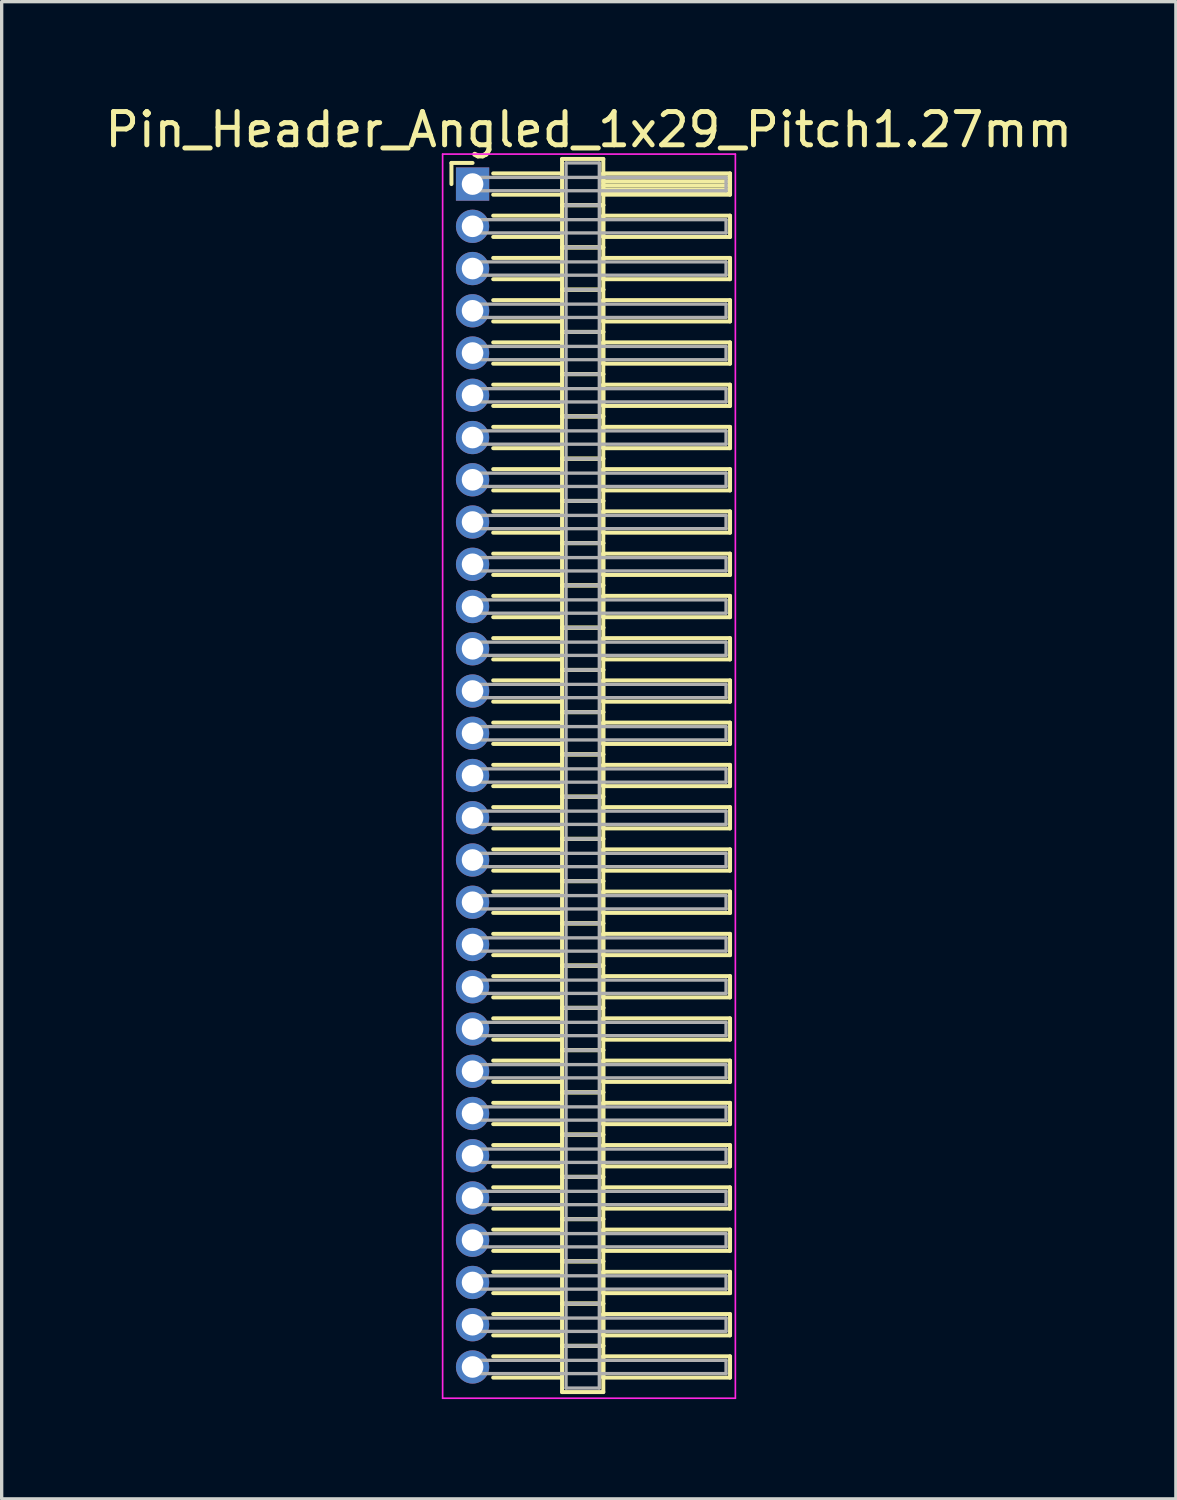
<source format=kicad_pcb>
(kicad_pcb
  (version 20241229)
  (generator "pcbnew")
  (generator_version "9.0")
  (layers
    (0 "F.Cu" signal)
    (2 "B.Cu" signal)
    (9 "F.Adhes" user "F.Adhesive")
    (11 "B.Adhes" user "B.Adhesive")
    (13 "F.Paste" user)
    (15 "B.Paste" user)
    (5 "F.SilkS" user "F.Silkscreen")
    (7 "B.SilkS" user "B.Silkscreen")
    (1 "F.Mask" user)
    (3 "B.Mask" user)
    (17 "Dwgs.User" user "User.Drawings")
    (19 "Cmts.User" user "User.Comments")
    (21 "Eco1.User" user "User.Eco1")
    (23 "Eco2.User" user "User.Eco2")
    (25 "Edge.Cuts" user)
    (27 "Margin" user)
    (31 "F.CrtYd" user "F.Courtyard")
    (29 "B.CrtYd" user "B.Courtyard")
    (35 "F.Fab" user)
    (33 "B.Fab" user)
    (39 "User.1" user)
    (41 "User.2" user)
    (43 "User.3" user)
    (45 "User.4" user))
  (footprint "Pin_Header_Angled_1x29_Pitch1.27mm"
    (layer "F.Cu")
    (at 11.156 2.483)
    (property "Reference" "Pin_Header_Angled_1x29_Pitch1.27mm" (at 3.493 -1.635 0) (layer "F.SilkS") (effects (font (size 1 1) (thickness 0.15))))
    (attr through_hole)
    (fp_line (start -0.635 -0.635) (end 0 -0.635) (stroke (width 0.12) (type solid)) (layer "F.SilkS"))
    (fp_line (start -0.635 0) (end -0.635 -0.635) (stroke (width 0.12) (type solid)) (layer "F.SilkS"))
    (fp_line (start 0.62 -0.32) (end 2.69 -0.32) (stroke (width 0.12) (type solid)) (layer "F.SilkS"))
    (fp_line (start 0.62 0.32) (end 2.69 0.32) (stroke (width 0.12) (type solid)) (layer "F.SilkS"))
    (fp_line (start 0.62 0.95) (end 2.69 0.95) (stroke (width 0.12) (type solid)) (layer "F.SilkS"))
    (fp_line (start 0.62 1.59) (end 2.69 1.59) (stroke (width 0.12) (type solid)) (layer "F.SilkS"))
    (fp_line (start 0.62 2.22) (end 2.69 2.22) (stroke (width 0.12) (type solid)) (layer "F.SilkS"))
    (fp_line (start 0.62 2.86) (end 2.69 2.86) (stroke (width 0.12) (type solid)) (layer "F.SilkS"))
    (fp_line (start 0.62 3.49) (end 2.69 3.49) (stroke (width 0.12) (type solid)) (layer "F.SilkS"))
    (fp_line (start 0.62 4.13) (end 2.69 4.13) (stroke (width 0.12) (type solid)) (layer "F.SilkS"))
    (fp_line (start 0.62 4.76) (end 2.69 4.76) (stroke (width 0.12) (type solid)) (layer "F.SilkS"))
    (fp_line (start 0.62 5.4) (end 2.69 5.4) (stroke (width 0.12) (type solid)) (layer "F.SilkS"))
    (fp_line (start 0.62 6.03) (end 2.69 6.03) (stroke (width 0.12) (type solid)) (layer "F.SilkS"))
    (fp_line (start 0.62 6.67) (end 2.69 6.67) (stroke (width 0.12) (type solid)) (layer "F.SilkS"))
    (fp_line (start 0.62 7.3) (end 2.69 7.3) (stroke (width 0.12) (type solid)) (layer "F.SilkS"))
    (fp_line (start 0.62 7.94) (end 2.69 7.94) (stroke (width 0.12) (type solid)) (layer "F.SilkS"))
    (fp_line (start 0.62 8.57) (end 2.69 8.57) (stroke (width 0.12) (type solid)) (layer "F.SilkS"))
    (fp_line (start 0.62 9.21) (end 2.69 9.21) (stroke (width 0.12) (type solid)) (layer "F.SilkS"))
    (fp_line (start 0.62 9.84) (end 2.69 9.84) (stroke (width 0.12) (type solid)) (layer "F.SilkS"))
    (fp_line (start 0.62 10.48) (end 2.69 10.48) (stroke (width 0.12) (type solid)) (layer "F.SilkS"))
    (fp_line (start 0.62 11.11) (end 2.69 11.11) (stroke (width 0.12) (type solid)) (layer "F.SilkS"))
    (fp_line (start 0.62 11.75) (end 2.69 11.75) (stroke (width 0.12) (type solid)) (layer "F.SilkS"))
    (fp_line (start 0.62 12.38) (end 2.69 12.38) (stroke (width 0.12) (type solid)) (layer "F.SilkS"))
    (fp_line (start 0.62 13.02) (end 2.69 13.02) (stroke (width 0.12) (type solid)) (layer "F.SilkS"))
    (fp_line (start 0.62 13.65) (end 2.69 13.65) (stroke (width 0.12) (type solid)) (layer "F.SilkS"))
    (fp_line (start 0.62 14.29) (end 2.69 14.29) (stroke (width 0.12) (type solid)) (layer "F.SilkS"))
    (fp_line (start 0.62 14.92) (end 2.69 14.92) (stroke (width 0.12) (type solid)) (layer "F.SilkS"))
    (fp_line (start 0.62 15.56) (end 2.69 15.56) (stroke (width 0.12) (type solid)) (layer "F.SilkS"))
    (fp_line (start 0.62 16.19) (end 2.69 16.19) (stroke (width 0.12) (type solid)) (layer "F.SilkS"))
    (fp_line (start 0.62 16.83) (end 2.69 16.83) (stroke (width 0.12) (type solid)) (layer "F.SilkS"))
    (fp_line (start 0.62 17.46) (end 2.69 17.46) (stroke (width 0.12) (type solid)) (layer "F.SilkS"))
    (fp_line (start 0.62 18.1) (end 2.69 18.1) (stroke (width 0.12) (type solid)) (layer "F.SilkS"))
    (fp_line (start 0.62 18.73) (end 2.69 18.73) (stroke (width 0.12) (type solid)) (layer "F.SilkS"))
    (fp_line (start 0.62 19.37) (end 2.69 19.37) (stroke (width 0.12) (type solid)) (layer "F.SilkS"))
    (fp_line (start 0.62 20) (end 2.69 20) (stroke (width 0.12) (type solid)) (layer "F.SilkS"))
    (fp_line (start 0.62 20.64) (end 2.69 20.64) (stroke (width 0.12) (type solid)) (layer "F.SilkS"))
    (fp_line (start 0.62 21.27) (end 2.69 21.27) (stroke (width 0.12) (type solid)) (layer "F.SilkS"))
    (fp_line (start 0.62 21.91) (end 2.69 21.91) (stroke (width 0.12) (type solid)) (layer "F.SilkS"))
    (fp_line (start 0.62 22.54) (end 2.69 22.54) (stroke (width 0.12) (type solid)) (layer "F.SilkS"))
    (fp_line (start 0.62 23.18) (end 2.69 23.18) (stroke (width 0.12) (type solid)) (layer "F.SilkS"))
    (fp_line (start 0.62 23.81) (end 2.69 23.81) (stroke (width 0.12) (type solid)) (layer "F.SilkS"))
    (fp_line (start 0.62 24.45) (end 2.69 24.45) (stroke (width 0.12) (type solid)) (layer "F.SilkS"))
    (fp_line (start 0.62 25.08) (end 2.69 25.08) (stroke (width 0.12) (type solid)) (layer "F.SilkS"))
    (fp_line (start 0.62 25.72) (end 2.69 25.72) (stroke (width 0.12) (type solid)) (layer "F.SilkS"))
    (fp_line (start 0.62 26.35) (end 2.69 26.35) (stroke (width 0.12) (type solid)) (layer "F.SilkS"))
    (fp_line (start 0.62 26.99) (end 2.69 26.99) (stroke (width 0.12) (type solid)) (layer "F.SilkS"))
    (fp_line (start 0.62 27.62) (end 2.69 27.62) (stroke (width 0.12) (type solid)) (layer "F.SilkS"))
    (fp_line (start 0.62 28.26) (end 2.69 28.26) (stroke (width 0.12) (type solid)) (layer "F.SilkS"))
    (fp_line (start 0.62 28.89) (end 2.69 28.89) (stroke (width 0.12) (type solid)) (layer "F.SilkS"))
    (fp_line (start 0.62 29.53) (end 2.69 29.53) (stroke (width 0.12) (type solid)) (layer "F.SilkS"))
    (fp_line (start 0.62 30.16) (end 2.69 30.16) (stroke (width 0.12) (type solid)) (layer "F.SilkS"))
    (fp_line (start 0.62 30.8) (end 2.69 30.8) (stroke (width 0.12) (type solid)) (layer "F.SilkS"))
    (fp_line (start 0.62 31.43) (end 2.69 31.43) (stroke (width 0.12) (type solid)) (layer "F.SilkS"))
    (fp_line (start 0.62 32.07) (end 2.69 32.07) (stroke (width 0.12) (type solid)) (layer "F.SilkS"))
    (fp_line (start 0.62 32.7) (end 2.69 32.7) (stroke (width 0.12) (type solid)) (layer "F.SilkS"))
    (fp_line (start 0.62 33.34) (end 2.69 33.34) (stroke (width 0.12) (type solid)) (layer "F.SilkS"))
    (fp_line (start 0.62 33.97) (end 2.69 33.97) (stroke (width 0.12) (type solid)) (layer "F.SilkS"))
    (fp_line (start 0.62 34.61) (end 2.69 34.61) (stroke (width 0.12) (type solid)) (layer "F.SilkS"))
    (fp_line (start 0.62 35.24) (end 2.69 35.24) (stroke (width 0.12) (type solid)) (layer "F.SilkS"))
    (fp_line (start 0.62 35.88) (end 2.69 35.88) (stroke (width 0.12) (type solid)) (layer "F.SilkS"))
    (fp_line (start 2.69 -0.755) (end 2.69 0.635) (stroke (width 0.12) (type solid)) (layer "F.SilkS"))
    (fp_line (start 2.69 0.635) (end 2.69 1.905) (stroke (width 0.12) (type solid)) (layer "F.SilkS"))
    (fp_line (start 2.69 0.635) (end 3.93 0.635) (stroke (width 0.12) (type solid)) (layer "F.SilkS"))
    (fp_line (start 2.69 1.905) (end 2.69 3.175) (stroke (width 0.12) (type solid)) (layer "F.SilkS"))
    (fp_line (start 2.69 1.905) (end 3.93 1.905) (stroke (width 0.12) (type solid)) (layer "F.SilkS"))
    (fp_line (start 2.69 3.175) (end 2.69 4.445) (stroke (width 0.12) (type solid)) (layer "F.SilkS"))
    (fp_line (start 2.69 3.175) (end 3.93 3.175) (stroke (width 0.12) (type solid)) (layer "F.SilkS"))
    (fp_line (start 2.69 4.445) (end 2.69 5.715) (stroke (width 0.12) (type solid)) (layer "F.SilkS"))
    (fp_line (start 2.69 4.445) (end 3.93 4.445) (stroke (width 0.12) (type solid)) (layer "F.SilkS"))
    (fp_line (start 2.69 5.715) (end 2.69 6.985) (stroke (width 0.12) (type solid)) (layer "F.SilkS"))
    (fp_line (start 2.69 5.715) (end 3.93 5.715) (stroke (width 0.12) (type solid)) (layer "F.SilkS"))
    (fp_line (start 2.69 6.985) (end 2.69 8.255) (stroke (width 0.12) (type solid)) (layer "F.SilkS"))
    (fp_line (start 2.69 6.985) (end 3.93 6.985) (stroke (width 0.12) (type solid)) (layer "F.SilkS"))
    (fp_line (start 2.69 8.255) (end 2.69 9.525) (stroke (width 0.12) (type solid)) (layer "F.SilkS"))
    (fp_line (start 2.69 8.255) (end 3.93 8.255) (stroke (width 0.12) (type solid)) (layer "F.SilkS"))
    (fp_line (start 2.69 9.525) (end 2.69 10.795) (stroke (width 0.12) (type solid)) (layer "F.SilkS"))
    (fp_line (start 2.69 9.525) (end 3.93 9.525) (stroke (width 0.12) (type solid)) (layer "F.SilkS"))
    (fp_line (start 2.69 10.795) (end 2.69 12.065) (stroke (width 0.12) (type solid)) (layer "F.SilkS"))
    (fp_line (start 2.69 10.795) (end 3.93 10.795) (stroke (width 0.12) (type solid)) (layer "F.SilkS"))
    (fp_line (start 2.69 12.065) (end 2.69 13.335) (stroke (width 0.12) (type solid)) (layer "F.SilkS"))
    (fp_line (start 2.69 12.065) (end 3.93 12.065) (stroke (width 0.12) (type solid)) (layer "F.SilkS"))
    (fp_line (start 2.69 13.335) (end 2.69 14.605) (stroke (width 0.12) (type solid)) (layer "F.SilkS"))
    (fp_line (start 2.69 13.335) (end 3.93 13.335) (stroke (width 0.12) (type solid)) (layer "F.SilkS"))
    (fp_line (start 2.69 14.605) (end 2.69 15.875) (stroke (width 0.12) (type solid)) (layer "F.SilkS"))
    (fp_line (start 2.69 14.605) (end 3.93 14.605) (stroke (width 0.12) (type solid)) (layer "F.SilkS"))
    (fp_line (start 2.69 15.875) (end 2.69 17.145) (stroke (width 0.12) (type solid)) (layer "F.SilkS"))
    (fp_line (start 2.69 15.875) (end 3.93 15.875) (stroke (width 0.12) (type solid)) (layer "F.SilkS"))
    (fp_line (start 2.69 17.145) (end 2.69 18.415) (stroke (width 0.12) (type solid)) (layer "F.SilkS"))
    (fp_line (start 2.69 17.145) (end 3.93 17.145) (stroke (width 0.12) (type solid)) (layer "F.SilkS"))
    (fp_line (start 2.69 18.415) (end 2.69 19.685) (stroke (width 0.12) (type solid)) (layer "F.SilkS"))
    (fp_line (start 2.69 18.415) (end 3.93 18.415) (stroke (width 0.12) (type solid)) (layer "F.SilkS"))
    (fp_line (start 2.69 19.685) (end 2.69 20.955) (stroke (width 0.12) (type solid)) (layer "F.SilkS"))
    (fp_line (start 2.69 19.685) (end 3.93 19.685) (stroke (width 0.12) (type solid)) (layer "F.SilkS"))
    (fp_line (start 2.69 20.955) (end 2.69 22.225) (stroke (width 0.12) (type solid)) (layer "F.SilkS"))
    (fp_line (start 2.69 20.955) (end 3.93 20.955) (stroke (width 0.12) (type solid)) (layer "F.SilkS"))
    (fp_line (start 2.69 22.225) (end 2.69 23.495) (stroke (width 0.12) (type solid)) (layer "F.SilkS"))
    (fp_line (start 2.69 22.225) (end 3.93 22.225) (stroke (width 0.12) (type solid)) (layer "F.SilkS"))
    (fp_line (start 2.69 23.495) (end 2.69 24.765) (stroke (width 0.12) (type solid)) (layer "F.SilkS"))
    (fp_line (start 2.69 23.495) (end 3.93 23.495) (stroke (width 0.12) (type solid)) (layer "F.SilkS"))
    (fp_line (start 2.69 24.765) (end 2.69 26.035) (stroke (width 0.12) (type solid)) (layer "F.SilkS"))
    (fp_line (start 2.69 24.765) (end 3.93 24.765) (stroke (width 0.12) (type solid)) (layer "F.SilkS"))
    (fp_line (start 2.69 26.035) (end 2.69 27.305) (stroke (width 0.12) (type solid)) (layer "F.SilkS"))
    (fp_line (start 2.69 26.035) (end 3.93 26.035) (stroke (width 0.12) (type solid)) (layer "F.SilkS"))
    (fp_line (start 2.69 27.305) (end 2.69 28.575) (stroke (width 0.12) (type solid)) (layer "F.SilkS"))
    (fp_line (start 2.69 27.305) (end 3.93 27.305) (stroke (width 0.12) (type solid)) (layer "F.SilkS"))
    (fp_line (start 2.69 28.575) (end 2.69 29.845) (stroke (width 0.12) (type solid)) (layer "F.SilkS"))
    (fp_line (start 2.69 28.575) (end 3.93 28.575) (stroke (width 0.12) (type solid)) (layer "F.SilkS"))
    (fp_line (start 2.69 29.845) (end 2.69 31.115) (stroke (width 0.12) (type solid)) (layer "F.SilkS"))
    (fp_line (start 2.69 29.845) (end 3.93 29.845) (stroke (width 0.12) (type solid)) (layer "F.SilkS"))
    (fp_line (start 2.69 31.115) (end 2.69 32.385) (stroke (width 0.12) (type solid)) (layer "F.SilkS"))
    (fp_line (start 2.69 31.115) (end 3.93 31.115) (stroke (width 0.12) (type solid)) (layer "F.SilkS"))
    (fp_line (start 2.69 32.385) (end 2.69 33.655) (stroke (width 0.12) (type solid)) (layer "F.SilkS"))
    (fp_line (start 2.69 32.385) (end 3.93 32.385) (stroke (width 0.12) (type solid)) (layer "F.SilkS"))
    (fp_line (start 2.69 33.655) (end 2.69 34.925) (stroke (width 0.12) (type solid)) (layer "F.SilkS"))
    (fp_line (start 2.69 33.655) (end 3.93 33.655) (stroke (width 0.12) (type solid)) (layer "F.SilkS"))
    (fp_line (start 2.69 34.925) (end 2.69 36.315) (stroke (width 0.12) (type solid)) (layer "F.SilkS"))
    (fp_line (start 2.69 34.925) (end 3.93 34.925) (stroke (width 0.12) (type solid)) (layer "F.SilkS"))
    (fp_line (start 2.69 36.315) (end 3.93 36.315) (stroke (width 0.12) (type solid)) (layer "F.SilkS"))
    (fp_line (start 3.93 -0.755) (end 2.69 -0.755) (stroke (width 0.12) (type solid)) (layer "F.SilkS"))
    (fp_line (start 3.93 -0.32) (end 3.93 0.32) (stroke (width 0.12) (type solid)) (layer "F.SilkS"))
    (fp_line (start 3.93 -0.2) (end 7.74 -0.2) (stroke (width 0.12) (type solid)) (layer "F.SilkS"))
    (fp_line (start 3.93 -0.08) (end 7.74 -0.08) (stroke (width 0.12) (type solid)) (layer "F.SilkS"))
    (fp_line (start 3.93 0.04) (end 7.74 0.04) (stroke (width 0.12) (type solid)) (layer "F.SilkS"))
    (fp_line (start 3.93 0.16) (end 7.74 0.16) (stroke (width 0.12) (type solid)) (layer "F.SilkS"))
    (fp_line (start 3.93 0.28) (end 7.74 0.28) (stroke (width 0.12) (type solid)) (layer "F.SilkS"))
    (fp_line (start 3.93 0.32) (end 7.74 0.32) (stroke (width 0.12) (type solid)) (layer "F.SilkS"))
    (fp_line (start 3.93 0.635) (end 2.69 0.635) (stroke (width 0.12) (type solid)) (layer "F.SilkS"))
    (fp_line (start 3.93 0.635) (end 3.93 -0.755) (stroke (width 0.12) (type solid)) (layer "F.SilkS"))
    (fp_line (start 3.93 0.95) (end 3.93 1.59) (stroke (width 0.12) (type solid)) (layer "F.SilkS"))
    (fp_line (start 3.93 1.59) (end 7.74 1.59) (stroke (width 0.12) (type solid)) (layer "F.SilkS"))
    (fp_line (start 3.93 1.905) (end 2.69 1.905) (stroke (width 0.12) (type solid)) (layer "F.SilkS"))
    (fp_line (start 3.93 1.905) (end 3.93 0.635) (stroke (width 0.12) (type solid)) (layer "F.SilkS"))
    (fp_line (start 3.93 2.22) (end 3.93 2.86) (stroke (width 0.12) (type solid)) (layer "F.SilkS"))
    (fp_line (start 3.93 2.86) (end 7.74 2.86) (stroke (width 0.12) (type solid)) (layer "F.SilkS"))
    (fp_line (start 3.93 3.175) (end 2.69 3.175) (stroke (width 0.12) (type solid)) (layer "F.SilkS"))
    (fp_line (start 3.93 3.175) (end 3.93 1.905) (stroke (width 0.12) (type solid)) (layer "F.SilkS"))
    (fp_line (start 3.93 3.49) (end 3.93 4.13) (stroke (width 0.12) (type solid)) (layer "F.SilkS"))
    (fp_line (start 3.93 4.13) (end 7.74 4.13) (stroke (width 0.12) (type solid)) (layer "F.SilkS"))
    (fp_line (start 3.93 4.445) (end 2.69 4.445) (stroke (width 0.12) (type solid)) (layer "F.SilkS"))
    (fp_line (start 3.93 4.445) (end 3.93 3.175) (stroke (width 0.12) (type solid)) (layer "F.SilkS"))
    (fp_line (start 3.93 4.76) (end 3.93 5.4) (stroke (width 0.12) (type solid)) (layer "F.SilkS"))
    (fp_line (start 3.93 5.4) (end 7.74 5.4) (stroke (width 0.12) (type solid)) (layer "F.SilkS"))
    (fp_line (start 3.93 5.715) (end 2.69 5.715) (stroke (width 0.12) (type solid)) (layer "F.SilkS"))
    (fp_line (start 3.93 5.715) (end 3.93 4.445) (stroke (width 0.12) (type solid)) (layer "F.SilkS"))
    (fp_line (start 3.93 6.03) (end 3.93 6.67) (stroke (width 0.12) (type solid)) (layer "F.SilkS"))
    (fp_line (start 3.93 6.67) (end 7.74 6.67) (stroke (width 0.12) (type solid)) (layer "F.SilkS"))
    (fp_line (start 3.93 6.985) (end 2.69 6.985) (stroke (width 0.12) (type solid)) (layer "F.SilkS"))
    (fp_line (start 3.93 6.985) (end 3.93 5.715) (stroke (width 0.12) (type solid)) (layer "F.SilkS"))
    (fp_line (start 3.93 7.3) (end 3.93 7.94) (stroke (width 0.12) (type solid)) (layer "F.SilkS"))
    (fp_line (start 3.93 7.94) (end 7.74 7.94) (stroke (width 0.12) (type solid)) (layer "F.SilkS"))
    (fp_line (start 3.93 8.255) (end 2.69 8.255) (stroke (width 0.12) (type solid)) (layer "F.SilkS"))
    (fp_line (start 3.93 8.255) (end 3.93 6.985) (stroke (width 0.12) (type solid)) (layer "F.SilkS"))
    (fp_line (start 3.93 8.57) (end 3.93 9.21) (stroke (width 0.12) (type solid)) (layer "F.SilkS"))
    (fp_line (start 3.93 9.21) (end 7.74 9.21) (stroke (width 0.12) (type solid)) (layer "F.SilkS"))
    (fp_line (start 3.93 9.525) (end 2.69 9.525) (stroke (width 0.12) (type solid)) (layer "F.SilkS"))
    (fp_line (start 3.93 9.525) (end 3.93 8.255) (stroke (width 0.12) (type solid)) (layer "F.SilkS"))
    (fp_line (start 3.93 9.84) (end 3.93 10.48) (stroke (width 0.12) (type solid)) (layer "F.SilkS"))
    (fp_line (start 3.93 10.48) (end 7.74 10.48) (stroke (width 0.12) (type solid)) (layer "F.SilkS"))
    (fp_line (start 3.93 10.795) (end 2.69 10.795) (stroke (width 0.12) (type solid)) (layer "F.SilkS"))
    (fp_line (start 3.93 10.795) (end 3.93 9.525) (stroke (width 0.12) (type solid)) (layer "F.SilkS"))
    (fp_line (start 3.93 11.11) (end 3.93 11.75) (stroke (width 0.12) (type solid)) (layer "F.SilkS"))
    (fp_line (start 3.93 11.75) (end 7.74 11.75) (stroke (width 0.12) (type solid)) (layer "F.SilkS"))
    (fp_line (start 3.93 12.065) (end 2.69 12.065) (stroke (width 0.12) (type solid)) (layer "F.SilkS"))
    (fp_line (start 3.93 12.065) (end 3.93 10.795) (stroke (width 0.12) (type solid)) (layer "F.SilkS"))
    (fp_line (start 3.93 12.38) (end 3.93 13.02) (stroke (width 0.12) (type solid)) (layer "F.SilkS"))
    (fp_line (start 3.93 13.02) (end 7.74 13.02) (stroke (width 0.12) (type solid)) (layer "F.SilkS"))
    (fp_line (start 3.93 13.335) (end 2.69 13.335) (stroke (width 0.12) (type solid)) (layer "F.SilkS"))
    (fp_line (start 3.93 13.335) (end 3.93 12.065) (stroke (width 0.12) (type solid)) (layer "F.SilkS"))
    (fp_line (start 3.93 13.65) (end 3.93 14.29) (stroke (width 0.12) (type solid)) (layer "F.SilkS"))
    (fp_line (start 3.93 14.29) (end 7.74 14.29) (stroke (width 0.12) (type solid)) (layer "F.SilkS"))
    (fp_line (start 3.93 14.605) (end 2.69 14.605) (stroke (width 0.12) (type solid)) (layer "F.SilkS"))
    (fp_line (start 3.93 14.605) (end 3.93 13.335) (stroke (width 0.12) (type solid)) (layer "F.SilkS"))
    (fp_line (start 3.93 14.92) (end 3.93 15.56) (stroke (width 0.12) (type solid)) (layer "F.SilkS"))
    (fp_line (start 3.93 15.56) (end 7.74 15.56) (stroke (width 0.12) (type solid)) (layer "F.SilkS"))
    (fp_line (start 3.93 15.875) (end 2.69 15.875) (stroke (width 0.12) (type solid)) (layer "F.SilkS"))
    (fp_line (start 3.93 15.875) (end 3.93 14.605) (stroke (width 0.12) (type solid)) (layer "F.SilkS"))
    (fp_line (start 3.93 16.19) (end 3.93 16.83) (stroke (width 0.12) (type solid)) (layer "F.SilkS"))
    (fp_line (start 3.93 16.83) (end 7.74 16.83) (stroke (width 0.12) (type solid)) (layer "F.SilkS"))
    (fp_line (start 3.93 17.145) (end 2.69 17.145) (stroke (width 0.12) (type solid)) (layer "F.SilkS"))
    (fp_line (start 3.93 17.145) (end 3.93 15.875) (stroke (width 0.12) (type solid)) (layer "F.SilkS"))
    (fp_line (start 3.93 17.46) (end 3.93 18.1) (stroke (width 0.12) (type solid)) (layer "F.SilkS"))
    (fp_line (start 3.93 18.1) (end 7.74 18.1) (stroke (width 0.12) (type solid)) (layer "F.SilkS"))
    (fp_line (start 3.93 18.415) (end 2.69 18.415) (stroke (width 0.12) (type solid)) (layer "F.SilkS"))
    (fp_line (start 3.93 18.415) (end 3.93 17.145) (stroke (width 0.12) (type solid)) (layer "F.SilkS"))
    (fp_line (start 3.93 18.73) (end 3.93 19.37) (stroke (width 0.12) (type solid)) (layer "F.SilkS"))
    (fp_line (start 3.93 19.37) (end 7.74 19.37) (stroke (width 0.12) (type solid)) (layer "F.SilkS"))
    (fp_line (start 3.93 19.685) (end 2.69 19.685) (stroke (width 0.12) (type solid)) (layer "F.SilkS"))
    (fp_line (start 3.93 19.685) (end 3.93 18.415) (stroke (width 0.12) (type solid)) (layer "F.SilkS"))
    (fp_line (start 3.93 20) (end 3.93 20.64) (stroke (width 0.12) (type solid)) (layer "F.SilkS"))
    (fp_line (start 3.93 20.64) (end 7.74 20.64) (stroke (width 0.12) (type solid)) (layer "F.SilkS"))
    (fp_line (start 3.93 20.955) (end 2.69 20.955) (stroke (width 0.12) (type solid)) (layer "F.SilkS"))
    (fp_line (start 3.93 20.955) (end 3.93 19.685) (stroke (width 0.12) (type solid)) (layer "F.SilkS"))
    (fp_line (start 3.93 21.27) (end 3.93 21.91) (stroke (width 0.12) (type solid)) (layer "F.SilkS"))
    (fp_line (start 3.93 21.91) (end 7.74 21.91) (stroke (width 0.12) (type solid)) (layer "F.SilkS"))
    (fp_line (start 3.93 22.225) (end 2.69 22.225) (stroke (width 0.12) (type solid)) (layer "F.SilkS"))
    (fp_line (start 3.93 22.225) (end 3.93 20.955) (stroke (width 0.12) (type solid)) (layer "F.SilkS"))
    (fp_line (start 3.93 22.54) (end 3.93 23.18) (stroke (width 0.12) (type solid)) (layer "F.SilkS"))
    (fp_line (start 3.93 23.18) (end 7.74 23.18) (stroke (width 0.12) (type solid)) (layer "F.SilkS"))
    (fp_line (start 3.93 23.495) (end 2.69 23.495) (stroke (width 0.12) (type solid)) (layer "F.SilkS"))
    (fp_line (start 3.93 23.495) (end 3.93 22.225) (stroke (width 0.12) (type solid)) (layer "F.SilkS"))
    (fp_line (start 3.93 23.81) (end 3.93 24.45) (stroke (width 0.12) (type solid)) (layer "F.SilkS"))
    (fp_line (start 3.93 24.45) (end 7.74 24.45) (stroke (width 0.12) (type solid)) (layer "F.SilkS"))
    (fp_line (start 3.93 24.765) (end 2.69 24.765) (stroke (width 0.12) (type solid)) (layer "F.SilkS"))
    (fp_line (start 3.93 24.765) (end 3.93 23.495) (stroke (width 0.12) (type solid)) (layer "F.SilkS"))
    (fp_line (start 3.93 25.08) (end 3.93 25.72) (stroke (width 0.12) (type solid)) (layer "F.SilkS"))
    (fp_line (start 3.93 25.72) (end 7.74 25.72) (stroke (width 0.12) (type solid)) (layer "F.SilkS"))
    (fp_line (start 3.93 26.035) (end 2.69 26.035) (stroke (width 0.12) (type solid)) (layer "F.SilkS"))
    (fp_line (start 3.93 26.035) (end 3.93 24.765) (stroke (width 0.12) (type solid)) (layer "F.SilkS"))
    (fp_line (start 3.93 26.35) (end 3.93 26.99) (stroke (width 0.12) (type solid)) (layer "F.SilkS"))
    (fp_line (start 3.93 26.99) (end 7.74 26.99) (stroke (width 0.12) (type solid)) (layer "F.SilkS"))
    (fp_line (start 3.93 27.305) (end 2.69 27.305) (stroke (width 0.12) (type solid)) (layer "F.SilkS"))
    (fp_line (start 3.93 27.305) (end 3.93 26.035) (stroke (width 0.12) (type solid)) (layer "F.SilkS"))
    (fp_line (start 3.93 27.62) (end 3.93 28.26) (stroke (width 0.12) (type solid)) (layer "F.SilkS"))
    (fp_line (start 3.93 28.26) (end 7.74 28.26) (stroke (width 0.12) (type solid)) (layer "F.SilkS"))
    (fp_line (start 3.93 28.575) (end 2.69 28.575) (stroke (width 0.12) (type solid)) (layer "F.SilkS"))
    (fp_line (start 3.93 28.575) (end 3.93 27.305) (stroke (width 0.12) (type solid)) (layer "F.SilkS"))
    (fp_line (start 3.93 28.89) (end 3.93 29.53) (stroke (width 0.12) (type solid)) (layer "F.SilkS"))
    (fp_line (start 3.93 29.53) (end 7.74 29.53) (stroke (width 0.12) (type solid)) (layer "F.SilkS"))
    (fp_line (start 3.93 29.845) (end 2.69 29.845) (stroke (width 0.12) (type solid)) (layer "F.SilkS"))
    (fp_line (start 3.93 29.845) (end 3.93 28.575) (stroke (width 0.12) (type solid)) (layer "F.SilkS"))
    (fp_line (start 3.93 30.16) (end 3.93 30.8) (stroke (width 0.12) (type solid)) (layer "F.SilkS"))
    (fp_line (start 3.93 30.8) (end 7.74 30.8) (stroke (width 0.12) (type solid)) (layer "F.SilkS"))
    (fp_line (start 3.93 31.115) (end 2.69 31.115) (stroke (width 0.12) (type solid)) (layer "F.SilkS"))
    (fp_line (start 3.93 31.115) (end 3.93 29.845) (stroke (width 0.12) (type solid)) (layer "F.SilkS"))
    (fp_line (start 3.93 31.43) (end 3.93 32.07) (stroke (width 0.12) (type solid)) (layer "F.SilkS"))
    (fp_line (start 3.93 32.07) (end 7.74 32.07) (stroke (width 0.12) (type solid)) (layer "F.SilkS"))
    (fp_line (start 3.93 32.385) (end 2.69 32.385) (stroke (width 0.12) (type solid)) (layer "F.SilkS"))
    (fp_line (start 3.93 32.385) (end 3.93 31.115) (stroke (width 0.12) (type solid)) (layer "F.SilkS"))
    (fp_line (start 3.93 32.7) (end 3.93 33.34) (stroke (width 0.12) (type solid)) (layer "F.SilkS"))
    (fp_line (start 3.93 33.34) (end 7.74 33.34) (stroke (width 0.12) (type solid)) (layer "F.SilkS"))
    (fp_line (start 3.93 33.655) (end 2.69 33.655) (stroke (width 0.12) (type solid)) (layer "F.SilkS"))
    (fp_line (start 3.93 33.655) (end 3.93 32.385) (stroke (width 0.12) (type solid)) (layer "F.SilkS"))
    (fp_line (start 3.93 33.97) (end 3.93 34.61) (stroke (width 0.12) (type solid)) (layer "F.SilkS"))
    (fp_line (start 3.93 34.61) (end 7.74 34.61) (stroke (width 0.12) (type solid)) (layer "F.SilkS"))
    (fp_line (start 3.93 34.925) (end 2.69 34.925) (stroke (width 0.12) (type solid)) (layer "F.SilkS"))
    (fp_line (start 3.93 34.925) (end 3.93 33.655) (stroke (width 0.12) (type solid)) (layer "F.SilkS"))
    (fp_line (start 3.93 35.24) (end 3.93 35.88) (stroke (width 0.12) (type solid)) (layer "F.SilkS"))
    (fp_line (start 3.93 35.88) (end 7.74 35.88) (stroke (width 0.12) (type solid)) (layer "F.SilkS"))
    (fp_line (start 3.93 36.315) (end 3.93 34.925) (stroke (width 0.12) (type solid)) (layer "F.SilkS"))
    (fp_line (start 7.74 -0.32) (end 3.93 -0.32) (stroke (width 0.12) (type solid)) (layer "F.SilkS"))
    (fp_line (start 7.74 0.32) (end 7.74 -0.32) (stroke (width 0.12) (type solid)) (layer "F.SilkS"))
    (fp_line (start 7.74 0.95) (end 3.93 0.95) (stroke (width 0.12) (type solid)) (layer "F.SilkS"))
    (fp_line (start 7.74 1.59) (end 7.74 0.95) (stroke (width 0.12) (type solid)) (layer "F.SilkS"))
    (fp_line (start 7.74 2.22) (end 3.93 2.22) (stroke (width 0.12) (type solid)) (layer "F.SilkS"))
    (fp_line (start 7.74 2.86) (end 7.74 2.22) (stroke (width 0.12) (type solid)) (layer "F.SilkS"))
    (fp_line (start 7.74 3.49) (end 3.93 3.49) (stroke (width 0.12) (type solid)) (layer "F.SilkS"))
    (fp_line (start 7.74 4.13) (end 7.74 3.49) (stroke (width 0.12) (type solid)) (layer "F.SilkS"))
    (fp_line (start 7.74 4.76) (end 3.93 4.76) (stroke (width 0.12) (type solid)) (layer "F.SilkS"))
    (fp_line (start 7.74 5.4) (end 7.74 4.76) (stroke (width 0.12) (type solid)) (layer "F.SilkS"))
    (fp_line (start 7.74 6.03) (end 3.93 6.03) (stroke (width 0.12) (type solid)) (layer "F.SilkS"))
    (fp_line (start 7.74 6.67) (end 7.74 6.03) (stroke (width 0.12) (type solid)) (layer "F.SilkS"))
    (fp_line (start 7.74 7.3) (end 3.93 7.3) (stroke (width 0.12) (type solid)) (layer "F.SilkS"))
    (fp_line (start 7.74 7.94) (end 7.74 7.3) (stroke (width 0.12) (type solid)) (layer "F.SilkS"))
    (fp_line (start 7.74 8.57) (end 3.93 8.57) (stroke (width 0.12) (type solid)) (layer "F.SilkS"))
    (fp_line (start 7.74 9.21) (end 7.74 8.57) (stroke (width 0.12) (type solid)) (layer "F.SilkS"))
    (fp_line (start 7.74 9.84) (end 3.93 9.84) (stroke (width 0.12) (type solid)) (layer "F.SilkS"))
    (fp_line (start 7.74 10.48) (end 7.74 9.84) (stroke (width 0.12) (type solid)) (layer "F.SilkS"))
    (fp_line (start 7.74 11.11) (end 3.93 11.11) (stroke (width 0.12) (type solid)) (layer "F.SilkS"))
    (fp_line (start 7.74 11.75) (end 7.74 11.11) (stroke (width 0.12) (type solid)) (layer "F.SilkS"))
    (fp_line (start 7.74 12.38) (end 3.93 12.38) (stroke (width 0.12) (type solid)) (layer "F.SilkS"))
    (fp_line (start 7.74 13.02) (end 7.74 12.38) (stroke (width 0.12) (type solid)) (layer "F.SilkS"))
    (fp_line (start 7.74 13.65) (end 3.93 13.65) (stroke (width 0.12) (type solid)) (layer "F.SilkS"))
    (fp_line (start 7.74 14.29) (end 7.74 13.65) (stroke (width 0.12) (type solid)) (layer "F.SilkS"))
    (fp_line (start 7.74 14.92) (end 3.93 14.92) (stroke (width 0.12) (type solid)) (layer "F.SilkS"))
    (fp_line (start 7.74 15.56) (end 7.74 14.92) (stroke (width 0.12) (type solid)) (layer "F.SilkS"))
    (fp_line (start 7.74 16.19) (end 3.93 16.19) (stroke (width 0.12) (type solid)) (layer "F.SilkS"))
    (fp_line (start 7.74 16.83) (end 7.74 16.19) (stroke (width 0.12) (type solid)) (layer "F.SilkS"))
    (fp_line (start 7.74 17.46) (end 3.93 17.46) (stroke (width 0.12) (type solid)) (layer "F.SilkS"))
    (fp_line (start 7.74 18.1) (end 7.74 17.46) (stroke (width 0.12) (type solid)) (layer "F.SilkS"))
    (fp_line (start 7.74 18.73) (end 3.93 18.73) (stroke (width 0.12) (type solid)) (layer "F.SilkS"))
    (fp_line (start 7.74 19.37) (end 7.74 18.73) (stroke (width 0.12) (type solid)) (layer "F.SilkS"))
    (fp_line (start 7.74 20) (end 3.93 20) (stroke (width 0.12) (type solid)) (layer "F.SilkS"))
    (fp_line (start 7.74 20.64) (end 7.74 20) (stroke (width 0.12) (type solid)) (layer "F.SilkS"))
    (fp_line (start 7.74 21.27) (end 3.93 21.27) (stroke (width 0.12) (type solid)) (layer "F.SilkS"))
    (fp_line (start 7.74 21.91) (end 7.74 21.27) (stroke (width 0.12) (type solid)) (layer "F.SilkS"))
    (fp_line (start 7.74 22.54) (end 3.93 22.54) (stroke (width 0.12) (type solid)) (layer "F.SilkS"))
    (fp_line (start 7.74 23.18) (end 7.74 22.54) (stroke (width 0.12) (type solid)) (layer "F.SilkS"))
    (fp_line (start 7.74 23.81) (end 3.93 23.81) (stroke (width 0.12) (type solid)) (layer "F.SilkS"))
    (fp_line (start 7.74 24.45) (end 7.74 23.81) (stroke (width 0.12) (type solid)) (layer "F.SilkS"))
    (fp_line (start 7.74 25.08) (end 3.93 25.08) (stroke (width 0.12) (type solid)) (layer "F.SilkS"))
    (fp_line (start 7.74 25.72) (end 7.74 25.08) (stroke (width 0.12) (type solid)) (layer "F.SilkS"))
    (fp_line (start 7.74 26.35) (end 3.93 26.35) (stroke (width 0.12) (type solid)) (layer "F.SilkS"))
    (fp_line (start 7.74 26.99) (end 7.74 26.35) (stroke (width 0.12) (type solid)) (layer "F.SilkS"))
    (fp_line (start 7.74 27.62) (end 3.93 27.62) (stroke (width 0.12) (type solid)) (layer "F.SilkS"))
    (fp_line (start 7.74 28.26) (end 7.74 27.62) (stroke (width 0.12) (type solid)) (layer "F.SilkS"))
    (fp_line (start 7.74 28.89) (end 3.93 28.89) (stroke (width 0.12) (type solid)) (layer "F.SilkS"))
    (fp_line (start 7.74 29.53) (end 7.74 28.89) (stroke (width 0.12) (type solid)) (layer "F.SilkS"))
    (fp_line (start 7.74 30.16) (end 3.93 30.16) (stroke (width 0.12) (type solid)) (layer "F.SilkS"))
    (fp_line (start 7.74 30.8) (end 7.74 30.16) (stroke (width 0.12) (type solid)) (layer "F.SilkS"))
    (fp_line (start 7.74 31.43) (end 3.93 31.43) (stroke (width 0.12) (type solid)) (layer "F.SilkS"))
    (fp_line (start 7.74 32.07) (end 7.74 31.43) (stroke (width 0.12) (type solid)) (layer "F.SilkS"))
    (fp_line (start 7.74 32.7) (end 3.93 32.7) (stroke (width 0.12) (type solid)) (layer "F.SilkS"))
    (fp_line (start 7.74 33.34) (end 7.74 32.7) (stroke (width 0.12) (type solid)) (layer "F.SilkS"))
    (fp_line (start 7.74 33.97) (end 3.93 33.97) (stroke (width 0.12) (type solid)) (layer "F.SilkS"))
    (fp_line (start 7.74 34.61) (end 7.74 33.97) (stroke (width 0.12) (type solid)) (layer "F.SilkS"))
    (fp_line (start 7.74 35.24) (end 3.93 35.24) (stroke (width 0.12) (type solid)) (layer "F.SilkS"))
    (fp_line (start 7.74 35.88) (end 7.74 35.24) (stroke (width 0.12) (type solid)) (layer "F.SilkS"))
    (fp_line (start -0.9 -0.9) (end -0.9 36.5) (stroke (width 0.05) (type solid)) (layer "F.CrtYd"))
    (fp_line (start -0.9 36.5) (end 7.9 36.5) (stroke (width 0.05) (type solid)) (layer "F.CrtYd"))
    (fp_line (start 7.9 -0.9) (end -0.9 -0.9) (stroke (width 0.05) (type solid)) (layer "F.CrtYd"))
    (fp_line (start 7.9 36.5) (end 7.9 -0.9) (stroke (width 0.05) (type solid)) (layer "F.CrtYd"))
    (fp_line (start 0 -0.2) (end 0 0.2) (stroke (width 0.1) (type solid)) (layer "F.Fab"))
    (fp_line (start 0 0.2) (end 7.62 0.2) (stroke (width 0.1) (type solid)) (layer "F.Fab"))
    (fp_line (start 0 1.07) (end 0 1.47) (stroke (width 0.1) (type solid)) (layer "F.Fab"))
    (fp_line (start 0 1.47) (end 7.62 1.47) (stroke (width 0.1) (type solid)) (layer "F.Fab"))
    (fp_line (start 0 2.34) (end 0 2.74) (stroke (width 0.1) (type solid)) (layer "F.Fab"))
    (fp_line (start 0 2.74) (end 7.62 2.74) (stroke (width 0.1) (type solid)) (layer "F.Fab"))
    (fp_line (start 0 3.61) (end 0 4.01) (stroke (width 0.1) (type solid)) (layer "F.Fab"))
    (fp_line (start 0 4.01) (end 7.62 4.01) (stroke (width 0.1) (type solid)) (layer "F.Fab"))
    (fp_line (start 0 4.88) (end 0 5.28) (stroke (width 0.1) (type solid)) (layer "F.Fab"))
    (fp_line (start 0 5.28) (end 7.62 5.28) (stroke (width 0.1) (type solid)) (layer "F.Fab"))
    (fp_line (start 0 6.15) (end 0 6.55) (stroke (width 0.1) (type solid)) (layer "F.Fab"))
    (fp_line (start 0 6.55) (end 7.62 6.55) (stroke (width 0.1) (type solid)) (layer "F.Fab"))
    (fp_line (start 0 7.42) (end 0 7.82) (stroke (width 0.1) (type solid)) (layer "F.Fab"))
    (fp_line (start 0 7.82) (end 7.62 7.82) (stroke (width 0.1) (type solid)) (layer "F.Fab"))
    (fp_line (start 0 8.69) (end 0 9.09) (stroke (width 0.1) (type solid)) (layer "F.Fab"))
    (fp_line (start 0 9.09) (end 7.62 9.09) (stroke (width 0.1) (type solid)) (layer "F.Fab"))
    (fp_line (start 0 9.96) (end 0 10.36) (stroke (width 0.1) (type solid)) (layer "F.Fab"))
    (fp_line (start 0 10.36) (end 7.62 10.36) (stroke (width 0.1) (type solid)) (layer "F.Fab"))
    (fp_line (start 0 11.23) (end 0 11.63) (stroke (width 0.1) (type solid)) (layer "F.Fab"))
    (fp_line (start 0 11.63) (end 7.62 11.63) (stroke (width 0.1) (type solid)) (layer "F.Fab"))
    (fp_line (start 0 12.5) (end 0 12.9) (stroke (width 0.1) (type solid)) (layer "F.Fab"))
    (fp_line (start 0 12.9) (end 7.62 12.9) (stroke (width 0.1) (type solid)) (layer "F.Fab"))
    (fp_line (start 0 13.77) (end 0 14.17) (stroke (width 0.1) (type solid)) (layer "F.Fab"))
    (fp_line (start 0 14.17) (end 7.62 14.17) (stroke (width 0.1) (type solid)) (layer "F.Fab"))
    (fp_line (start 0 15.04) (end 0 15.44) (stroke (width 0.1) (type solid)) (layer "F.Fab"))
    (fp_line (start 0 15.44) (end 7.62 15.44) (stroke (width 0.1) (type solid)) (layer "F.Fab"))
    (fp_line (start 0 16.31) (end 0 16.71) (stroke (width 0.1) (type solid)) (layer "F.Fab"))
    (fp_line (start 0 16.71) (end 7.62 16.71) (stroke (width 0.1) (type solid)) (layer "F.Fab"))
    (fp_line (start 0 17.58) (end 0 17.98) (stroke (width 0.1) (type solid)) (layer "F.Fab"))
    (fp_line (start 0 17.98) (end 7.62 17.98) (stroke (width 0.1) (type solid)) (layer "F.Fab"))
    (fp_line (start 0 18.85) (end 0 19.25) (stroke (width 0.1) (type solid)) (layer "F.Fab"))
    (fp_line (start 0 19.25) (end 7.62 19.25) (stroke (width 0.1) (type solid)) (layer "F.Fab"))
    (fp_line (start 0 20.12) (end 0 20.52) (stroke (width 0.1) (type solid)) (layer "F.Fab"))
    (fp_line (start 0 20.52) (end 7.62 20.52) (stroke (width 0.1) (type solid)) (layer "F.Fab"))
    (fp_line (start 0 21.39) (end 0 21.79) (stroke (width 0.1) (type solid)) (layer "F.Fab"))
    (fp_line (start 0 21.79) (end 7.62 21.79) (stroke (width 0.1) (type solid)) (layer "F.Fab"))
    (fp_line (start 0 22.66) (end 0 23.06) (stroke (width 0.1) (type solid)) (layer "F.Fab"))
    (fp_line (start 0 23.06) (end 7.62 23.06) (stroke (width 0.1) (type solid)) (layer "F.Fab"))
    (fp_line (start 0 23.93) (end 0 24.33) (stroke (width 0.1) (type solid)) (layer "F.Fab"))
    (fp_line (start 0 24.33) (end 7.62 24.33) (stroke (width 0.1) (type solid)) (layer "F.Fab"))
    (fp_line (start 0 25.2) (end 0 25.6) (stroke (width 0.1) (type solid)) (layer "F.Fab"))
    (fp_line (start 0 25.6) (end 7.62 25.6) (stroke (width 0.1) (type solid)) (layer "F.Fab"))
    (fp_line (start 0 26.47) (end 0 26.87) (stroke (width 0.1) (type solid)) (layer "F.Fab"))
    (fp_line (start 0 26.87) (end 7.62 26.87) (stroke (width 0.1) (type solid)) (layer "F.Fab"))
    (fp_line (start 0 27.74) (end 0 28.14) (stroke (width 0.1) (type solid)) (layer "F.Fab"))
    (fp_line (start 0 28.14) (end 7.62 28.14) (stroke (width 0.1) (type solid)) (layer "F.Fab"))
    (fp_line (start 0 29.01) (end 0 29.41) (stroke (width 0.1) (type solid)) (layer "F.Fab"))
    (fp_line (start 0 29.41) (end 7.62 29.41) (stroke (width 0.1) (type solid)) (layer "F.Fab"))
    (fp_line (start 0 30.28) (end 0 30.68) (stroke (width 0.1) (type solid)) (layer "F.Fab"))
    (fp_line (start 0 30.68) (end 7.62 30.68) (stroke (width 0.1) (type solid)) (layer "F.Fab"))
    (fp_line (start 0 31.55) (end 0 31.95) (stroke (width 0.1) (type solid)) (layer "F.Fab"))
    (fp_line (start 0 31.95) (end 7.62 31.95) (stroke (width 0.1) (type solid)) (layer "F.Fab"))
    (fp_line (start 0 32.82) (end 0 33.22) (stroke (width 0.1) (type solid)) (layer "F.Fab"))
    (fp_line (start 0 33.22) (end 7.62 33.22) (stroke (width 0.1) (type solid)) (layer "F.Fab"))
    (fp_line (start 0 34.09) (end 0 34.49) (stroke (width 0.1) (type solid)) (layer "F.Fab"))
    (fp_line (start 0 34.49) (end 7.62 34.49) (stroke (width 0.1) (type solid)) (layer "F.Fab"))
    (fp_line (start 0 35.36) (end 0 35.76) (stroke (width 0.1) (type solid)) (layer "F.Fab"))
    (fp_line (start 0 35.76) (end 7.62 35.76) (stroke (width 0.1) (type solid)) (layer "F.Fab"))
    (fp_line (start 2.81 -0.635) (end 2.81 0.635) (stroke (width 0.1) (type solid)) (layer "F.Fab"))
    (fp_line (start 2.81 0.635) (end 2.81 1.905) (stroke (width 0.1) (type solid)) (layer "F.Fab"))
    (fp_line (start 2.81 0.635) (end 3.81 0.635) (stroke (width 0.1) (type solid)) (layer "F.Fab"))
    (fp_line (start 2.81 1.905) (end 2.81 3.175) (stroke (width 0.1) (type solid)) (layer "F.Fab"))
    (fp_line (start 2.81 1.905) (end 3.81 1.905) (stroke (width 0.1) (type solid)) (layer "F.Fab"))
    (fp_line (start 2.81 3.175) (end 2.81 4.445) (stroke (width 0.1) (type solid)) (layer "F.Fab"))
    (fp_line (start 2.81 3.175) (end 3.81 3.175) (stroke (width 0.1) (type solid)) (layer "F.Fab"))
    (fp_line (start 2.81 4.445) (end 2.81 5.715) (stroke (width 0.1) (type solid)) (layer "F.Fab"))
    (fp_line (start 2.81 4.445) (end 3.81 4.445) (stroke (width 0.1) (type solid)) (layer "F.Fab"))
    (fp_line (start 2.81 5.715) (end 2.81 6.985) (stroke (width 0.1) (type solid)) (layer "F.Fab"))
    (fp_line (start 2.81 5.715) (end 3.81 5.715) (stroke (width 0.1) (type solid)) (layer "F.Fab"))
    (fp_line (start 2.81 6.985) (end 2.81 8.255) (stroke (width 0.1) (type solid)) (layer "F.Fab"))
    (fp_line (start 2.81 6.985) (end 3.81 6.985) (stroke (width 0.1) (type solid)) (layer "F.Fab"))
    (fp_line (start 2.81 8.255) (end 2.81 9.525) (stroke (width 0.1) (type solid)) (layer "F.Fab"))
    (fp_line (start 2.81 8.255) (end 3.81 8.255) (stroke (width 0.1) (type solid)) (layer "F.Fab"))
    (fp_line (start 2.81 9.525) (end 2.81 10.795) (stroke (width 0.1) (type solid)) (layer "F.Fab"))
    (fp_line (start 2.81 9.525) (end 3.81 9.525) (stroke (width 0.1) (type solid)) (layer "F.Fab"))
    (fp_line (start 2.81 10.795) (end 2.81 12.065) (stroke (width 0.1) (type solid)) (layer "F.Fab"))
    (fp_line (start 2.81 10.795) (end 3.81 10.795) (stroke (width 0.1) (type solid)) (layer "F.Fab"))
    (fp_line (start 2.81 12.065) (end 2.81 13.335) (stroke (width 0.1) (type solid)) (layer "F.Fab"))
    (fp_line (start 2.81 12.065) (end 3.81 12.065) (stroke (width 0.1) (type solid)) (layer "F.Fab"))
    (fp_line (start 2.81 13.335) (end 2.81 14.605) (stroke (width 0.1) (type solid)) (layer "F.Fab"))
    (fp_line (start 2.81 13.335) (end 3.81 13.335) (stroke (width 0.1) (type solid)) (layer "F.Fab"))
    (fp_line (start 2.81 14.605) (end 2.81 15.875) (stroke (width 0.1) (type solid)) (layer "F.Fab"))
    (fp_line (start 2.81 14.605) (end 3.81 14.605) (stroke (width 0.1) (type solid)) (layer "F.Fab"))
    (fp_line (start 2.81 15.875) (end 2.81 17.145) (stroke (width 0.1) (type solid)) (layer "F.Fab"))
    (fp_line (start 2.81 15.875) (end 3.81 15.875) (stroke (width 0.1) (type solid)) (layer "F.Fab"))
    (fp_line (start 2.81 17.145) (end 2.81 18.415) (stroke (width 0.1) (type solid)) (layer "F.Fab"))
    (fp_line (start 2.81 17.145) (end 3.81 17.145) (stroke (width 0.1) (type solid)) (layer "F.Fab"))
    (fp_line (start 2.81 18.415) (end 2.81 19.685) (stroke (width 0.1) (type solid)) (layer "F.Fab"))
    (fp_line (start 2.81 18.415) (end 3.81 18.415) (stroke (width 0.1) (type solid)) (layer "F.Fab"))
    (fp_line (start 2.81 19.685) (end 2.81 20.955) (stroke (width 0.1) (type solid)) (layer "F.Fab"))
    (fp_line (start 2.81 19.685) (end 3.81 19.685) (stroke (width 0.1) (type solid)) (layer "F.Fab"))
    (fp_line (start 2.81 20.955) (end 2.81 22.225) (stroke (width 0.1) (type solid)) (layer "F.Fab"))
    (fp_line (start 2.81 20.955) (end 3.81 20.955) (stroke (width 0.1) (type solid)) (layer "F.Fab"))
    (fp_line (start 2.81 22.225) (end 2.81 23.495) (stroke (width 0.1) (type solid)) (layer "F.Fab"))
    (fp_line (start 2.81 22.225) (end 3.81 22.225) (stroke (width 0.1) (type solid)) (layer "F.Fab"))
    (fp_line (start 2.81 23.495) (end 2.81 24.765) (stroke (width 0.1) (type solid)) (layer "F.Fab"))
    (fp_line (start 2.81 23.495) (end 3.81 23.495) (stroke (width 0.1) (type solid)) (layer "F.Fab"))
    (fp_line (start 2.81 24.765) (end 2.81 26.035) (stroke (width 0.1) (type solid)) (layer "F.Fab"))
    (fp_line (start 2.81 24.765) (end 3.81 24.765) (stroke (width 0.1) (type solid)) (layer "F.Fab"))
    (fp_line (start 2.81 26.035) (end 2.81 27.305) (stroke (width 0.1) (type solid)) (layer "F.Fab"))
    (fp_line (start 2.81 26.035) (end 3.81 26.035) (stroke (width 0.1) (type solid)) (layer "F.Fab"))
    (fp_line (start 2.81 27.305) (end 2.81 28.575) (stroke (width 0.1) (type solid)) (layer "F.Fab"))
    (fp_line (start 2.81 27.305) (end 3.81 27.305) (stroke (width 0.1) (type solid)) (layer "F.Fab"))
    (fp_line (start 2.81 28.575) (end 2.81 29.845) (stroke (width 0.1) (type solid)) (layer "F.Fab"))
    (fp_line (start 2.81 28.575) (end 3.81 28.575) (stroke (width 0.1) (type solid)) (layer "F.Fab"))
    (fp_line (start 2.81 29.845) (end 2.81 31.115) (stroke (width 0.1) (type solid)) (layer "F.Fab"))
    (fp_line (start 2.81 29.845) (end 3.81 29.845) (stroke (width 0.1) (type solid)) (layer "F.Fab"))
    (fp_line (start 2.81 31.115) (end 2.81 32.385) (stroke (width 0.1) (type solid)) (layer "F.Fab"))
    (fp_line (start 2.81 31.115) (end 3.81 31.115) (stroke (width 0.1) (type solid)) (layer "F.Fab"))
    (fp_line (start 2.81 32.385) (end 2.81 33.655) (stroke (width 0.1) (type solid)) (layer "F.Fab"))
    (fp_line (start 2.81 32.385) (end 3.81 32.385) (stroke (width 0.1) (type solid)) (layer "F.Fab"))
    (fp_line (start 2.81 33.655) (end 2.81 34.925) (stroke (width 0.1) (type solid)) (layer "F.Fab"))
    (fp_line (start 2.81 33.655) (end 3.81 33.655) (stroke (width 0.1) (type solid)) (layer "F.Fab"))
    (fp_line (start 2.81 34.925) (end 2.81 36.195) (stroke (width 0.1) (type solid)) (layer "F.Fab"))
    (fp_line (start 2.81 34.925) (end 3.81 34.925) (stroke (width 0.1) (type solid)) (layer "F.Fab"))
    (fp_line (start 2.81 36.195) (end 3.81 36.195) (stroke (width 0.1) (type solid)) (layer "F.Fab"))
    (fp_line (start 3.81 -0.635) (end 2.81 -0.635) (stroke (width 0.1) (type solid)) (layer "F.Fab"))
    (fp_line (start 3.81 0.635) (end 2.81 0.635) (stroke (width 0.1) (type solid)) (layer "F.Fab"))
    (fp_line (start 3.81 0.635) (end 3.81 -0.635) (stroke (width 0.1) (type solid)) (layer "F.Fab"))
    (fp_line (start 3.81 1.905) (end 2.81 1.905) (stroke (width 0.1) (type solid)) (layer "F.Fab"))
    (fp_line (start 3.81 1.905) (end 3.81 0.635) (stroke (width 0.1) (type solid)) (layer "F.Fab"))
    (fp_line (start 3.81 3.175) (end 2.81 3.175) (stroke (width 0.1) (type solid)) (layer "F.Fab"))
    (fp_line (start 3.81 3.175) (end 3.81 1.905) (stroke (width 0.1) (type solid)) (layer "F.Fab"))
    (fp_line (start 3.81 4.445) (end 2.81 4.445) (stroke (width 0.1) (type solid)) (layer "F.Fab"))
    (fp_line (start 3.81 4.445) (end 3.81 3.175) (stroke (width 0.1) (type solid)) (layer "F.Fab"))
    (fp_line (start 3.81 5.715) (end 2.81 5.715) (stroke (width 0.1) (type solid)) (layer "F.Fab"))
    (fp_line (start 3.81 5.715) (end 3.81 4.445) (stroke (width 0.1) (type solid)) (layer "F.Fab"))
    (fp_line (start 3.81 6.985) (end 2.81 6.985) (stroke (width 0.1) (type solid)) (layer "F.Fab"))
    (fp_line (start 3.81 6.985) (end 3.81 5.715) (stroke (width 0.1) (type solid)) (layer "F.Fab"))
    (fp_line (start 3.81 8.255) (end 2.81 8.255) (stroke (width 0.1) (type solid)) (layer "F.Fab"))
    (fp_line (start 3.81 8.255) (end 3.81 6.985) (stroke (width 0.1) (type solid)) (layer "F.Fab"))
    (fp_line (start 3.81 9.525) (end 2.81 9.525) (stroke (width 0.1) (type solid)) (layer "F.Fab"))
    (fp_line (start 3.81 9.525) (end 3.81 8.255) (stroke (width 0.1) (type solid)) (layer "F.Fab"))
    (fp_line (start 3.81 10.795) (end 2.81 10.795) (stroke (width 0.1) (type solid)) (layer "F.Fab"))
    (fp_line (start 3.81 10.795) (end 3.81 9.525) (stroke (width 0.1) (type solid)) (layer "F.Fab"))
    (fp_line (start 3.81 12.065) (end 2.81 12.065) (stroke (width 0.1) (type solid)) (layer "F.Fab"))
    (fp_line (start 3.81 12.065) (end 3.81 10.795) (stroke (width 0.1) (type solid)) (layer "F.Fab"))
    (fp_line (start 3.81 13.335) (end 2.81 13.335) (stroke (width 0.1) (type solid)) (layer "F.Fab"))
    (fp_line (start 3.81 13.335) (end 3.81 12.065) (stroke (width 0.1) (type solid)) (layer "F.Fab"))
    (fp_line (start 3.81 14.605) (end 2.81 14.605) (stroke (width 0.1) (type solid)) (layer "F.Fab"))
    (fp_line (start 3.81 14.605) (end 3.81 13.335) (stroke (width 0.1) (type solid)) (layer "F.Fab"))
    (fp_line (start 3.81 15.875) (end 2.81 15.875) (stroke (width 0.1) (type solid)) (layer "F.Fab"))
    (fp_line (start 3.81 15.875) (end 3.81 14.605) (stroke (width 0.1) (type solid)) (layer "F.Fab"))
    (fp_line (start 3.81 17.145) (end 2.81 17.145) (stroke (width 0.1) (type solid)) (layer "F.Fab"))
    (fp_line (start 3.81 17.145) (end 3.81 15.875) (stroke (width 0.1) (type solid)) (layer "F.Fab"))
    (fp_line (start 3.81 18.415) (end 2.81 18.415) (stroke (width 0.1) (type solid)) (layer "F.Fab"))
    (fp_line (start 3.81 18.415) (end 3.81 17.145) (stroke (width 0.1) (type solid)) (layer "F.Fab"))
    (fp_line (start 3.81 19.685) (end 2.81 19.685) (stroke (width 0.1) (type solid)) (layer "F.Fab"))
    (fp_line (start 3.81 19.685) (end 3.81 18.415) (stroke (width 0.1) (type solid)) (layer "F.Fab"))
    (fp_line (start 3.81 20.955) (end 2.81 20.955) (stroke (width 0.1) (type solid)) (layer "F.Fab"))
    (fp_line (start 3.81 20.955) (end 3.81 19.685) (stroke (width 0.1) (type solid)) (layer "F.Fab"))
    (fp_line (start 3.81 22.225) (end 2.81 22.225) (stroke (width 0.1) (type solid)) (layer "F.Fab"))
    (fp_line (start 3.81 22.225) (end 3.81 20.955) (stroke (width 0.1) (type solid)) (layer "F.Fab"))
    (fp_line (start 3.81 23.495) (end 2.81 23.495) (stroke (width 0.1) (type solid)) (layer "F.Fab"))
    (fp_line (start 3.81 23.495) (end 3.81 22.225) (stroke (width 0.1) (type solid)) (layer "F.Fab"))
    (fp_line (start 3.81 24.765) (end 2.81 24.765) (stroke (width 0.1) (type solid)) (layer "F.Fab"))
    (fp_line (start 3.81 24.765) (end 3.81 23.495) (stroke (width 0.1) (type solid)) (layer "F.Fab"))
    (fp_line (start 3.81 26.035) (end 2.81 26.035) (stroke (width 0.1) (type solid)) (layer "F.Fab"))
    (fp_line (start 3.81 26.035) (end 3.81 24.765) (stroke (width 0.1) (type solid)) (layer "F.Fab"))
    (fp_line (start 3.81 27.305) (end 2.81 27.305) (stroke (width 0.1) (type solid)) (layer "F.Fab"))
    (fp_line (start 3.81 27.305) (end 3.81 26.035) (stroke (width 0.1) (type solid)) (layer "F.Fab"))
    (fp_line (start 3.81 28.575) (end 2.81 28.575) (stroke (width 0.1) (type solid)) (layer "F.Fab"))
    (fp_line (start 3.81 28.575) (end 3.81 27.305) (stroke (width 0.1) (type solid)) (layer "F.Fab"))
    (fp_line (start 3.81 29.845) (end 2.81 29.845) (stroke (width 0.1) (type solid)) (layer "F.Fab"))
    (fp_line (start 3.81 29.845) (end 3.81 28.575) (stroke (width 0.1) (type solid)) (layer "F.Fab"))
    (fp_line (start 3.81 31.115) (end 2.81 31.115) (stroke (width 0.1) (type solid)) (layer "F.Fab"))
    (fp_line (start 3.81 31.115) (end 3.81 29.845) (stroke (width 0.1) (type solid)) (layer "F.Fab"))
    (fp_line (start 3.81 32.385) (end 2.81 32.385) (stroke (width 0.1) (type solid)) (layer "F.Fab"))
    (fp_line (start 3.81 32.385) (end 3.81 31.115) (stroke (width 0.1) (type solid)) (layer "F.Fab"))
    (fp_line (start 3.81 33.655) (end 2.81 33.655) (stroke (width 0.1) (type solid)) (layer "F.Fab"))
    (fp_line (start 3.81 33.655) (end 3.81 32.385) (stroke (width 0.1) (type solid)) (layer "F.Fab"))
    (fp_line (start 3.81 34.925) (end 2.81 34.925) (stroke (width 0.1) (type solid)) (layer "F.Fab"))
    (fp_line (start 3.81 34.925) (end 3.81 33.655) (stroke (width 0.1) (type solid)) (layer "F.Fab"))
    (fp_line (start 3.81 36.195) (end 3.81 34.925) (stroke (width 0.1) (type solid)) (layer "F.Fab"))
    (fp_line (start 7.62 -0.2) (end 0 -0.2) (stroke (width 0.1) (type solid)) (layer "F.Fab"))
    (fp_line (start 7.62 0.2) (end 7.62 -0.2) (stroke (width 0.1) (type solid)) (layer "F.Fab"))
    (fp_line (start 7.62 1.07) (end 0 1.07) (stroke (width 0.1) (type solid)) (layer "F.Fab"))
    (fp_line (start 7.62 1.47) (end 7.62 1.07) (stroke (width 0.1) (type solid)) (layer "F.Fab"))
    (fp_line (start 7.62 2.34) (end 0 2.34) (stroke (width 0.1) (type solid)) (layer "F.Fab"))
    (fp_line (start 7.62 2.74) (end 7.62 2.34) (stroke (width 0.1) (type solid)) (layer "F.Fab"))
    (fp_line (start 7.62 3.61) (end 0 3.61) (stroke (width 0.1) (type solid)) (layer "F.Fab"))
    (fp_line (start 7.62 4.01) (end 7.62 3.61) (stroke (width 0.1) (type solid)) (layer "F.Fab"))
    (fp_line (start 7.62 4.88) (end 0 4.88) (stroke (width 0.1) (type solid)) (layer "F.Fab"))
    (fp_line (start 7.62 5.28) (end 7.62 4.88) (stroke (width 0.1) (type solid)) (layer "F.Fab"))
    (fp_line (start 7.62 6.15) (end 0 6.15) (stroke (width 0.1) (type solid)) (layer "F.Fab"))
    (fp_line (start 7.62 6.55) (end 7.62 6.15) (stroke (width 0.1) (type solid)) (layer "F.Fab"))
    (fp_line (start 7.62 7.42) (end 0 7.42) (stroke (width 0.1) (type solid)) (layer "F.Fab"))
    (fp_line (start 7.62 7.82) (end 7.62 7.42) (stroke (width 0.1) (type solid)) (layer "F.Fab"))
    (fp_line (start 7.62 8.69) (end 0 8.69) (stroke (width 0.1) (type solid)) (layer "F.Fab"))
    (fp_line (start 7.62 9.09) (end 7.62 8.69) (stroke (width 0.1) (type solid)) (layer "F.Fab"))
    (fp_line (start 7.62 9.96) (end 0 9.96) (stroke (width 0.1) (type solid)) (layer "F.Fab"))
    (fp_line (start 7.62 10.36) (end 7.62 9.96) (stroke (width 0.1) (type solid)) (layer "F.Fab"))
    (fp_line (start 7.62 11.23) (end 0 11.23) (stroke (width 0.1) (type solid)) (layer "F.Fab"))
    (fp_line (start 7.62 11.63) (end 7.62 11.23) (stroke (width 0.1) (type solid)) (layer "F.Fab"))
    (fp_line (start 7.62 12.5) (end 0 12.5) (stroke (width 0.1) (type solid)) (layer "F.Fab"))
    (fp_line (start 7.62 12.9) (end 7.62 12.5) (stroke (width 0.1) (type solid)) (layer "F.Fab"))
    (fp_line (start 7.62 13.77) (end 0 13.77) (stroke (width 0.1) (type solid)) (layer "F.Fab"))
    (fp_line (start 7.62 14.17) (end 7.62 13.77) (stroke (width 0.1) (type solid)) (layer "F.Fab"))
    (fp_line (start 7.62 15.04) (end 0 15.04) (stroke (width 0.1) (type solid)) (layer "F.Fab"))
    (fp_line (start 7.62 15.44) (end 7.62 15.04) (stroke (width 0.1) (type solid)) (layer "F.Fab"))
    (fp_line (start 7.62 16.31) (end 0 16.31) (stroke (width 0.1) (type solid)) (layer "F.Fab"))
    (fp_line (start 7.62 16.71) (end 7.62 16.31) (stroke (width 0.1) (type solid)) (layer "F.Fab"))
    (fp_line (start 7.62 17.58) (end 0 17.58) (stroke (width 0.1) (type solid)) (layer "F.Fab"))
    (fp_line (start 7.62 17.98) (end 7.62 17.58) (stroke (width 0.1) (type solid)) (layer "F.Fab"))
    (fp_line (start 7.62 18.85) (end 0 18.85) (stroke (width 0.1) (type solid)) (layer "F.Fab"))
    (fp_line (start 7.62 19.25) (end 7.62 18.85) (stroke (width 0.1) (type solid)) (layer "F.Fab"))
    (fp_line (start 7.62 20.12) (end 0 20.12) (stroke (width 0.1) (type solid)) (layer "F.Fab"))
    (fp_line (start 7.62 20.52) (end 7.62 20.12) (stroke (width 0.1) (type solid)) (layer "F.Fab"))
    (fp_line (start 7.62 21.39) (end 0 21.39) (stroke (width 0.1) (type solid)) (layer "F.Fab"))
    (fp_line (start 7.62 21.79) (end 7.62 21.39) (stroke (width 0.1) (type solid)) (layer "F.Fab"))
    (fp_line (start 7.62 22.66) (end 0 22.66) (stroke (width 0.1) (type solid)) (layer "F.Fab"))
    (fp_line (start 7.62 23.06) (end 7.62 22.66) (stroke (width 0.1) (type solid)) (layer "F.Fab"))
    (fp_line (start 7.62 23.93) (end 0 23.93) (stroke (width 0.1) (type solid)) (layer "F.Fab"))
    (fp_line (start 7.62 24.33) (end 7.62 23.93) (stroke (width 0.1) (type solid)) (layer "F.Fab"))
    (fp_line (start 7.62 25.2) (end 0 25.2) (stroke (width 0.1) (type solid)) (layer "F.Fab"))
    (fp_line (start 7.62 25.6) (end 7.62 25.2) (stroke (width 0.1) (type solid)) (layer "F.Fab"))
    (fp_line (start 7.62 26.47) (end 0 26.47) (stroke (width 0.1) (type solid)) (layer "F.Fab"))
    (fp_line (start 7.62 26.87) (end 7.62 26.47) (stroke (width 0.1) (type solid)) (layer "F.Fab"))
    (fp_line (start 7.62 27.74) (end 0 27.74) (stroke (width 0.1) (type solid)) (layer "F.Fab"))
    (fp_line (start 7.62 28.14) (end 7.62 27.74) (stroke (width 0.1) (type solid)) (layer "F.Fab"))
    (fp_line (start 7.62 29.01) (end 0 29.01) (stroke (width 0.1) (type solid)) (layer "F.Fab"))
    (fp_line (start 7.62 29.41) (end 7.62 29.01) (stroke (width 0.1) (type solid)) (layer "F.Fab"))
    (fp_line (start 7.62 30.28) (end 0 30.28) (stroke (width 0.1) (type solid)) (layer "F.Fab"))
    (fp_line (start 7.62 30.68) (end 7.62 30.28) (stroke (width 0.1) (type solid)) (layer "F.Fab"))
    (fp_line (start 7.62 31.55) (end 0 31.55) (stroke (width 0.1) (type solid)) (layer "F.Fab"))
    (fp_line (start 7.62 31.95) (end 7.62 31.55) (stroke (width 0.1) (type solid)) (layer "F.Fab"))
    (fp_line (start 7.62 32.82) (end 0 32.82) (stroke (width 0.1) (type solid)) (layer "F.Fab"))
    (fp_line (start 7.62 33.22) (end 7.62 32.82) (stroke (width 0.1) (type solid)) (layer "F.Fab"))
    (fp_line (start 7.62 34.09) (end 0 34.09) (stroke (width 0.1) (type solid)) (layer "F.Fab"))
    (fp_line (start 7.62 34.49) (end 7.62 34.09) (stroke (width 0.1) (type solid)) (layer "F.Fab"))
    (fp_line (start 7.62 35.36) (end 0 35.36) (stroke (width 0.1) (type solid)) (layer "F.Fab"))
    (fp_line (start 7.62 35.76) (end 7.62 35.36) (stroke (width 0.1) (type solid)) (layer "F.Fab"))
    (pad "1" thru_hole rect (at 0 0) (size 1 1) (drill 0.65) (layers "*.Cu" "*.Mask"))
    (pad "2" thru_hole oval (at 0 1.27) (size 1 1) (drill 0.65) (layers "*.Cu" "*.Mask"))
    (pad "3" thru_hole oval (at 0 2.54) (size 1 1) (drill 0.65) (layers "*.Cu" "*.Mask"))
    (pad "4" thru_hole oval (at 0 3.81) (size 1 1) (drill 0.65) (layers "*.Cu" "*.Mask"))
    (pad "5" thru_hole oval (at 0 5.08) (size 1 1) (drill 0.65) (layers "*.Cu" "*.Mask"))
    (pad "6" thru_hole oval (at 0 6.35) (size 1 1) (drill 0.65) (layers "*.Cu" "*.Mask"))
    (pad "7" thru_hole oval (at 0 7.62) (size 1 1) (drill 0.65) (layers "*.Cu" "*.Mask"))
    (pad "8" thru_hole oval (at 0 8.89) (size 1 1) (drill 0.65) (layers "*.Cu" "*.Mask"))
    (pad "9" thru_hole oval (at 0 10.16) (size 1 1) (drill 0.65) (layers "*.Cu" "*.Mask"))
    (pad "10" thru_hole oval (at 0 11.43) (size 1 1) (drill 0.65) (layers "*.Cu" "*.Mask"))
    (pad "11" thru_hole oval (at 0 12.7) (size 1 1) (drill 0.65) (layers "*.Cu" "*.Mask"))
    (pad "12" thru_hole oval (at 0 13.97) (size 1 1) (drill 0.65) (layers "*.Cu" "*.Mask"))
    (pad "13" thru_hole oval (at 0 15.24) (size 1 1) (drill 0.65) (layers "*.Cu" "*.Mask"))
    (pad "14" thru_hole oval (at 0 16.51) (size 1 1) (drill 0.65) (layers "*.Cu" "*.Mask"))
    (pad "15" thru_hole oval (at 0 17.78) (size 1 1) (drill 0.65) (layers "*.Cu" "*.Mask"))
    (pad "16" thru_hole oval (at 0 19.05) (size 1 1) (drill 0.65) (layers "*.Cu" "*.Mask"))
    (pad "17" thru_hole oval (at 0 20.32) (size 1 1) (drill 0.65) (layers "*.Cu" "*.Mask"))
    (pad "18" thru_hole oval (at 0 21.59) (size 1 1) (drill 0.65) (layers "*.Cu" "*.Mask"))
    (pad "19" thru_hole oval (at 0 22.86) (size 1 1) (drill 0.65) (layers "*.Cu" "*.Mask"))
    (pad "20" thru_hole oval (at 0 24.13) (size 1 1) (drill 0.65) (layers "*.Cu" "*.Mask"))
    (pad "21" thru_hole oval (at 0 25.4) (size 1 1) (drill 0.65) (layers "*.Cu" "*.Mask"))
    (pad "22" thru_hole oval (at 0 26.67) (size 1 1) (drill 0.65) (layers "*.Cu" "*.Mask"))
    (pad "23" thru_hole oval (at 0 27.94) (size 1 1) (drill 0.65) (layers "*.Cu" "*.Mask"))
    (pad "24" thru_hole oval (at 0 29.21) (size 1 1) (drill 0.65) (layers "*.Cu" "*.Mask"))
    (pad "25" thru_hole oval (at 0 30.48) (size 1 1) (drill 0.65) (layers "*.Cu" "*.Mask"))
    (pad "26" thru_hole oval (at 0 31.75) (size 1 1) (drill 0.65) (layers "*.Cu" "*.Mask"))
    (pad "27" thru_hole oval (at 0 33.02) (size 1 1) (drill 0.65) (layers "*.Cu" "*.Mask"))
    (pad "28" thru_hole oval (at 0 34.29) (size 1 1) (drill 0.65) (layers "*.Cu" "*.Mask"))
    (pad "29" thru_hole oval (at 0 35.56) (size 1 1) (drill 0.65) (layers "*.Cu" "*.Mask")))
  (gr_rect
    (start -3 -3)
    (end 32.298 42.008)
    (stroke (width 0.1) (type default))
    (fill no)
    (layer "Edge.Cuts")))
</source>
